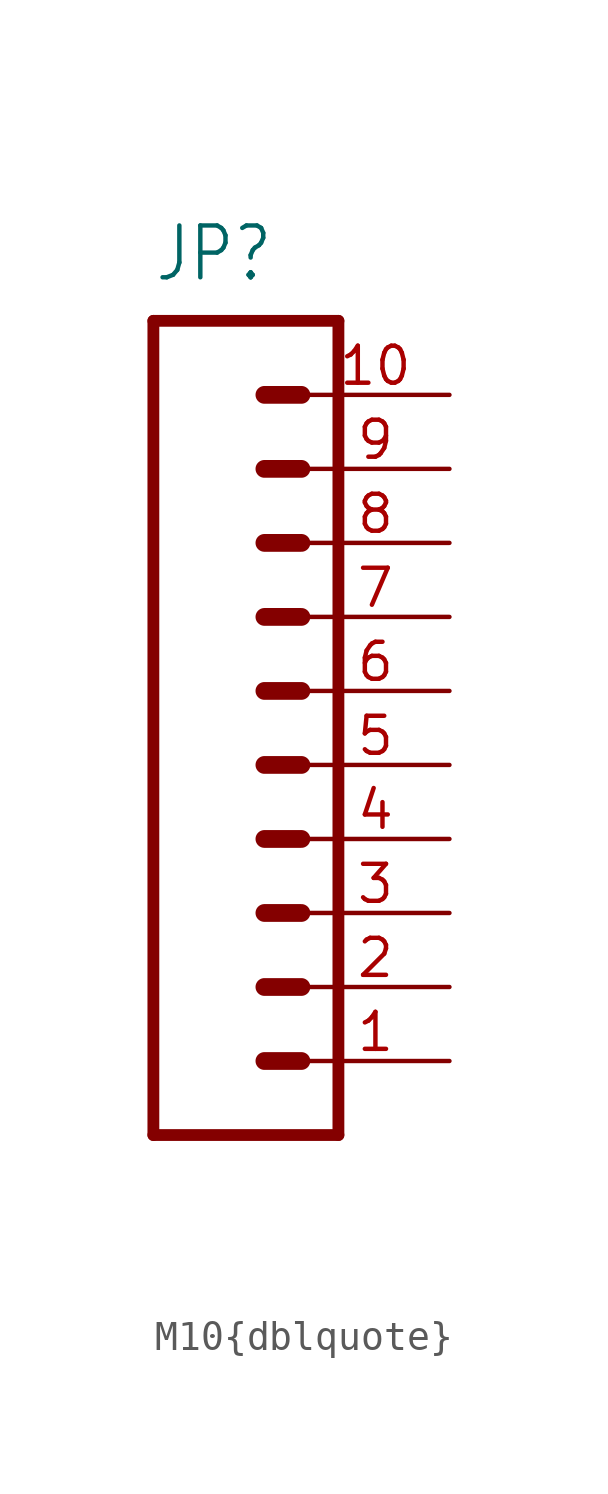
<source format=kicad_sym>
(kicad_symbol_lib
  (version 20220914)
  (generator kicad_symbol_editor)
  (symbol "M10{dblquote}"
    (property "Reference" "JP"
      (at 0 8.89 0)
      (effects (font (size 1.778 1.511)) (justify left bottom)))
    (property "Value" ""
      (at 0 -22.86 0)
      (effects (font (size 1.778 1.511)) (justify left bottom)))
    (property "ki_locked" ""
      (at 0 0 0)
      (effects (font (size 1.27 1.27))))
    (symbol "M10{dblquote}_1_0"
      (polyline (pts (xy 0 7.62) (xy 0 -20.32)) (stroke (width 0.406) (type solid)) (fill (type none)))
      (polyline (pts (xy 0 7.62) (xy 6.35 7.62)) (stroke (width 0.406) (type solid)) (fill (type none)))
      (polyline (pts (xy 3.81 -17.78) (xy 5.08 -17.78)) (stroke (width 0.61) (type solid)) (fill (type none)))
      (polyline (pts (xy 3.81 -15.24) (xy 5.08 -15.24)) (stroke (width 0.61) (type solid)) (fill (type none)))
      (polyline (pts (xy 3.81 -12.7) (xy 5.08 -12.7)) (stroke (width 0.61) (type solid)) (fill (type none)))
      (polyline (pts (xy 3.81 -10.16) (xy 5.08 -10.16)) (stroke (width 0.61) (type solid)) (fill (type none)))
      (polyline (pts (xy 3.81 -7.62) (xy 5.08 -7.62)) (stroke (width 0.61) (type solid)) (fill (type none)))
      (polyline (pts (xy 3.81 -5.08) (xy 5.08 -5.08)) (stroke (width 0.61) (type solid)) (fill (type none)))
      (polyline (pts (xy 3.81 -2.54) (xy 5.08 -2.54)) (stroke (width 0.61) (type solid)) (fill (type none)))
      (polyline (pts (xy 3.81 0) (xy 5.08 0)) (stroke (width 0.61) (type solid)) (fill (type none)))
      (polyline (pts (xy 3.81 2.54) (xy 5.08 2.54)) (stroke (width 0.61) (type solid)) (fill (type none)))
      (polyline (pts (xy 3.81 5.08) (xy 5.08 5.08)) (stroke (width 0.61) (type solid)) (fill (type none)))
      (polyline (pts (xy 6.35 -20.32) (xy 0 -20.32)) (stroke (width 0.406) (type solid)) (fill (type none)))
      (polyline (pts (xy 6.35 -20.32) (xy 6.35 7.62)) (stroke (width 0.406) (type solid)) (fill (type none)))
      (pin passive line (at 10.16 -17.78 180) (length 5.08) (name "1" (effects (font (size 0 0)))) (number "1" (effects (font (size 1.27 1.27)))))
      (pin passive line (at 10.16 5.08 180) (length 5.08) (name "10" (effects (font (size 0 0)))) (number "10" (effects (font (size 1.27 1.27)))))
      (pin passive line (at 10.16 -15.24 180) (length 5.08) (name "2" (effects (font (size 0 0)))) (number "2" (effects (font (size 1.27 1.27)))))
      (pin passive line (at 10.16 -12.7 180) (length 5.08) (name "3" (effects (font (size 0 0)))) (number "3" (effects (font (size 1.27 1.27)))))
      (pin passive line (at 10.16 -10.16 180) (length 5.08) (name "4" (effects (font (size 0 0)))) (number "4" (effects (font (size 1.27 1.27)))))
      (pin passive line (at 10.16 -7.62 180) (length 5.08) (name "5" (effects (font (size 0 0)))) (number "5" (effects (font (size 1.27 1.27)))))
      (pin passive line (at 10.16 -5.08 180) (length 5.08) (name "6" (effects (font (size 0 0)))) (number "6" (effects (font (size 1.27 1.27)))))
      (pin passive line (at 10.16 -2.54 180) (length 5.08) (name "7" (effects (font (size 0 0)))) (number "7" (effects (font (size 1.27 1.27)))))
      (pin passive line (at 10.16 0 180) (length 5.08) (name "8" (effects (font (size 0 0)))) (number "8" (effects (font (size 1.27 1.27)))))
      (pin passive line (at 10.16 2.54 180) (length 5.08) (name "9" (effects (font (size 0 0)))) (number "9" (effects (font (size 1.27 1.27))))))))
</source>
